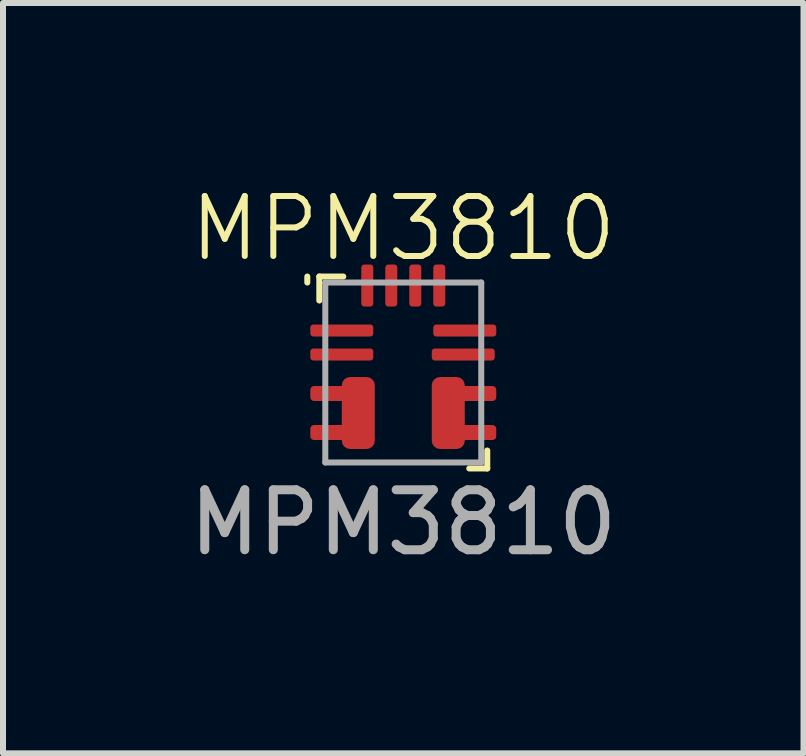
<source format=kicad_pcb>
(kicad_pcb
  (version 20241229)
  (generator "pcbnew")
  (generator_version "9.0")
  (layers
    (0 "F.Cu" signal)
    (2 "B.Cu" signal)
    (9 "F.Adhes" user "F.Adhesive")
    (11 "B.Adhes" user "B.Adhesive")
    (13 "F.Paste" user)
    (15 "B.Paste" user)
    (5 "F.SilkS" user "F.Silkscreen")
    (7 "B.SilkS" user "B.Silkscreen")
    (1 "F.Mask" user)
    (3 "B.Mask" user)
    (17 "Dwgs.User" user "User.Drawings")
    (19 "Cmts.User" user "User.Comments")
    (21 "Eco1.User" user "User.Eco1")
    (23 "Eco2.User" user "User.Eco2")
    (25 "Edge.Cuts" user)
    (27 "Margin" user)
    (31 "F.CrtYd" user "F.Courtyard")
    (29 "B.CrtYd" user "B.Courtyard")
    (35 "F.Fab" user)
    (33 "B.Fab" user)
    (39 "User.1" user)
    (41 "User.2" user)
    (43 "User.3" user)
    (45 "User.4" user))
  (footprint "MPM3810"
    (layer "F.Cu")
    (at 3.673 3.16)
    (property "Reference" "MPM3810" (at 0 -2.4 0) (unlocked yes) (layer "F.SilkS") (effects (font (size 1 1) (thickness 0.1))))
    (attr smd)
    (fp_line (start -1.6 -1.6) (end -1.6 -1.5) (stroke (width 0.1) (type default)) (layer "F.SilkS"))
    (fp_line (start -1.4 -1.6) (end -1.4 -1.2) (stroke (width 0.1) (type default)) (layer "F.SilkS"))
    (fp_line (start -1 -1.6) (end -1.4 -1.6) (stroke (width 0.1) (type default)) (layer "F.SilkS"))
    (fp_line (start 1.1 1.6) (end 1.4 1.6) (stroke (width 0.1) (type default)) (layer "F.SilkS"))
    (fp_line (start 1.4 1.6) (end 1.4 1.3) (stroke (width 0.1) (type default)) (layer "F.SilkS"))
    (fp_line (start -1.3 -1.5) (end -1.3 1.5) (stroke (width 0.1) (type default)) (layer "F.Fab"))
    (fp_line (start -1.3 1.5) (end 1.3 1.5) (stroke (width 0.1) (type default)) (layer "F.Fab"))
    (fp_line (start 1.3 -1.5) (end -1.3 -1.5) (stroke (width 0.1) (type default)) (layer "F.Fab"))
    (fp_line (start 1.3 1.5) (end 1.3 -1.5) (stroke (width 0.1) (type default)) (layer "F.Fab"))
    (fp_text user "${REFERENCE}" (at 0 2.5 0) (unlocked yes) (layer "F.Fab") (effects (font (size 1 1) (thickness 0.15))))
    (pad "" smd roundrect (at -0.75 0.675) (size 0.55 1.2) (layers "F.Cu" "F.Mask" "F.Paste") (roundrect_rratio 0.25))
    (pad "" smd roundrect (at 0.75 0.675) (size 0.55 1.2) (layers "F.Cu" "F.Mask" "F.Paste") (roundrect_rratio 0.25))
    (pad "1" smd roundrect (at -1.025 -0.7) (size 1.05 0.2) (layers "F.Cu" "F.Mask" "F.Paste") (roundrect_rratio 0.25))
    (pad "2" smd roundrect (at -1.025 -0.3) (size 1.05 0.2) (layers "F.Cu" "F.Mask" "F.Paste") (roundrect_rratio 0.25))
    (pad "3" smd roundrect (at -1.025 0.35) (size 1.05 0.25) (layers "F.Cu" "F.Mask" "F.Paste") (roundrect_rratio 0.25))
    (pad "4" smd roundrect (at -1.025 1) (size 1.05 0.25) (layers "F.Cu" "F.Mask" "F.Paste") (roundrect_rratio 0.25))
    (pad "5" smd roundrect (at 1.025 1) (size 1.05 0.25) (layers "F.Cu" "F.Mask" "F.Paste") (roundrect_rratio 0.25))
    (pad "6" smd roundrect (at 1.025 0.35) (size 1.05 0.25) (layers "F.Cu" "F.Mask" "F.Paste") (roundrect_rratio 0.25))
    (pad "7" smd roundrect (at 1 -0.3) (size 1.05 0.2) (layers "F.Cu" "F.Mask" "F.Paste") (roundrect_rratio 0.25))
    (pad "8" smd roundrect (at 1.025 -0.7) (size 1.05 0.2) (layers "F.Cu" "F.Mask" "F.Paste") (roundrect_rratio 0.25))
    (pad "9" smd roundrect (at 0.6 -1.45 90) (size 0.7 0.2) (layers "F.Cu" "F.Mask" "F.Paste") (roundrect_rratio 0.25))
    (pad "10" smd roundrect (at 0.2 -1.45 90) (size 0.7 0.2) (layers "F.Cu" "F.Mask" "F.Paste") (roundrect_rratio 0.25))
    (pad "11" smd roundrect (at -0.2 -1.45 90) (size 0.7 0.2) (layers "F.Cu" "F.Mask" "F.Paste") (roundrect_rratio 0.25))
    (pad "12" smd roundrect (at -0.6 -1.45 90) (size 0.7 0.2) (layers "F.Cu" "F.Mask" "F.Paste") (roundrect_rratio 0.25)))
  (gr_rect
    (start -3 -3)
    (end 10.345 9.509)
    (stroke (width 0.1) (type default))
    (fill no)
    (layer "Edge.Cuts")))
</source>
